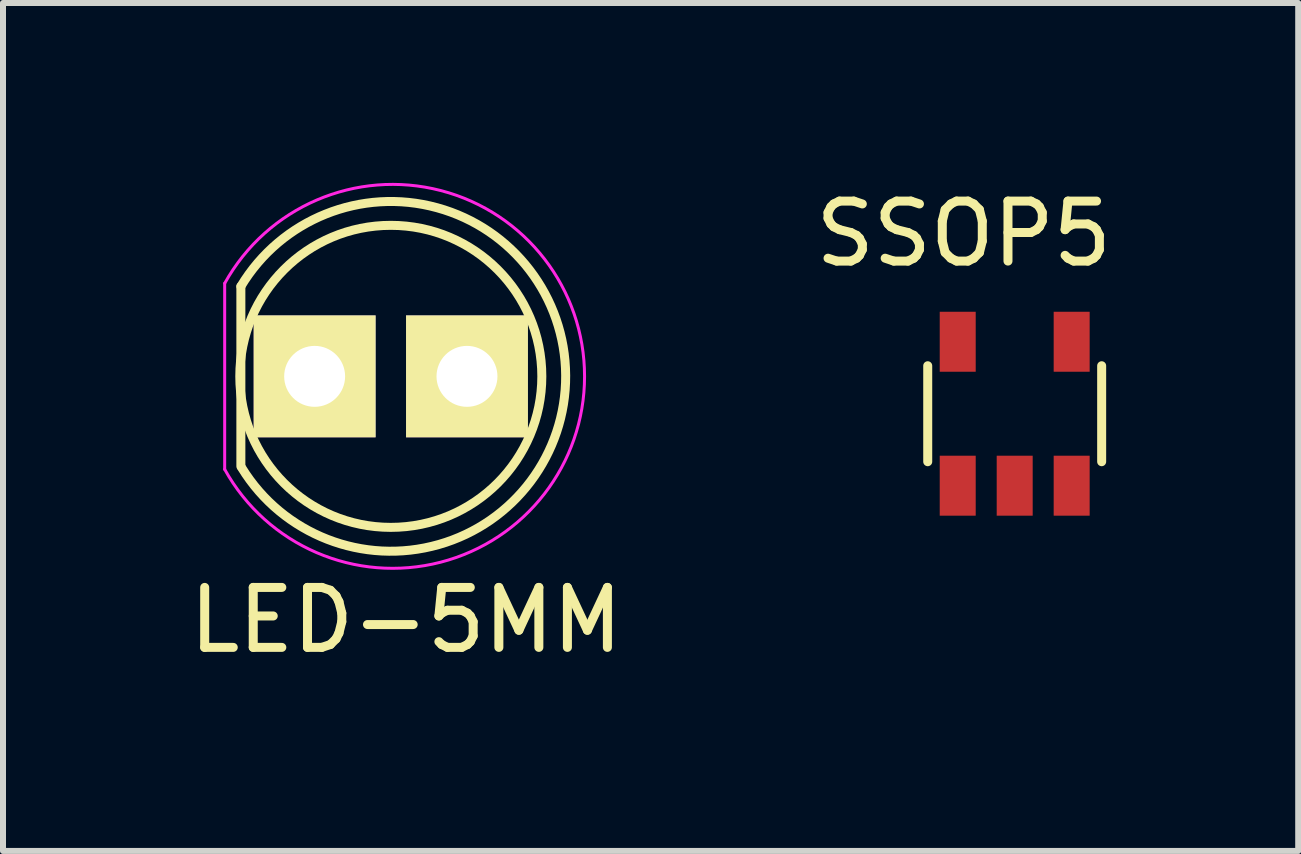
<source format=kicad_pcb>
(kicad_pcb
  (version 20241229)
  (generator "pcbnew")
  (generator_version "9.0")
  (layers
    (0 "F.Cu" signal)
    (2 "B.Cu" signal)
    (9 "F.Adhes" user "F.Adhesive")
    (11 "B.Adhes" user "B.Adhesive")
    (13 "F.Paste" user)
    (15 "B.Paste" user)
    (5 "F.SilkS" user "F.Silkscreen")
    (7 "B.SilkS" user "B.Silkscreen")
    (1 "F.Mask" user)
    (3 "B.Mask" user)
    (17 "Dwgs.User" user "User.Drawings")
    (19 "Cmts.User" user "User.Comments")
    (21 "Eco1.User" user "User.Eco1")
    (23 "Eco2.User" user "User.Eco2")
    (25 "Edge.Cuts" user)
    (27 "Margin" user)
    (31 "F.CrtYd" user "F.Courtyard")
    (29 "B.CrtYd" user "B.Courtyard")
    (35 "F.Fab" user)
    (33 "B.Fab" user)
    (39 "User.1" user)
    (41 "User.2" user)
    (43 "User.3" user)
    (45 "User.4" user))
  (footprint "SSOP5"
    (layer "F.Cu")
    (at 13.868 3.848)
    (property "Reference" "SSOP5" (at -0.85 -3 0) (layer "F.SilkS") (effects (font (size 1 1) (thickness 0.15))))
    (attr through_hole)
    (fp_line (start -1.45 -0.8) (end -1.45 0.8) (stroke (width 0.15) (type solid)) (layer "F.SilkS"))
    (fp_line (start 1.45 -0.8) (end 1.45 0.8) (stroke (width 0.15) (type solid)) (layer "F.SilkS"))
    (pad "1" smd rect (at -0.95 1.2) (size 0.6 1) (layers "F.Cu" "F.Mask" "F.Paste"))
    (pad "2" smd rect (at 0 1.2) (size 0.6 1) (layers "F.Cu" "F.Mask" "F.Paste"))
    (pad "3" smd rect (at 0.95 1.2) (size 0.6 1) (layers "F.Cu" "F.Mask" "F.Paste"))
    (pad "4" smd rect (at 0.95 -1.2) (size 0.6 1) (layers "F.Cu" "F.Mask" "F.Paste"))
    (pad "5" smd rect (at -0.95 -1.2) (size 0.6 1) (layers "F.Cu" "F.Mask" "F.Paste")))
  (footprint "LED-5MM"
    (layer "F.Cu")
    (at 3.466 3.225)
    (property "Reference" "LED-5MM" (at 0.254 4.064 0) (layer "F.SilkS") (effects (font (size 1 1) (thickness 0.15))))
    (attr through_hole)
    (fp_line (start -2.5 1.5) (end -2.5 -1.5) (stroke (width 0.15) (type solid)) (layer "F.SilkS"))
    (fp_arc (start -2.5 -1.5) (mid 2.91544 -0.014565) (end -2.484888 1.524904) (stroke (width 0.15) (type solid)) (layer "F.SilkS"))
    (fp_circle (center 0 0) (end -0.3 -2.5) (stroke (width 0.15) (type solid)) (fill no) (layer "F.SilkS"))
    (fp_line (start -2.77 -1.55) (end -2.77 1.55) (stroke (width 0.05) (type solid)) (layer "F.CrtYd"))
    (fp_arc (start -2.768248 -1.55316) (mid 3.23039 0.001807) (end -2.77 1.55) (stroke (width 0.05) (type solid)) (layer "F.CrtYd"))
    (pad "1" thru_hole rect (at -1.27 0 90) (size 2.032 2.032) (drill 1.016) (layers "*.Cu" "*.Mask" "F.SilkS"))
    (pad "2" thru_hole rect (at 1.27 0) (size 2.032 2.032) (drill 1.016) (layers "*.Cu" "*.Mask" "F.SilkS")))
  (gr_rect
    (start -3 -3)
    (end 18.595 11.138)
    (stroke (width 0.1) (type default))
    (fill no)
    (layer "Edge.Cuts")))
</source>
